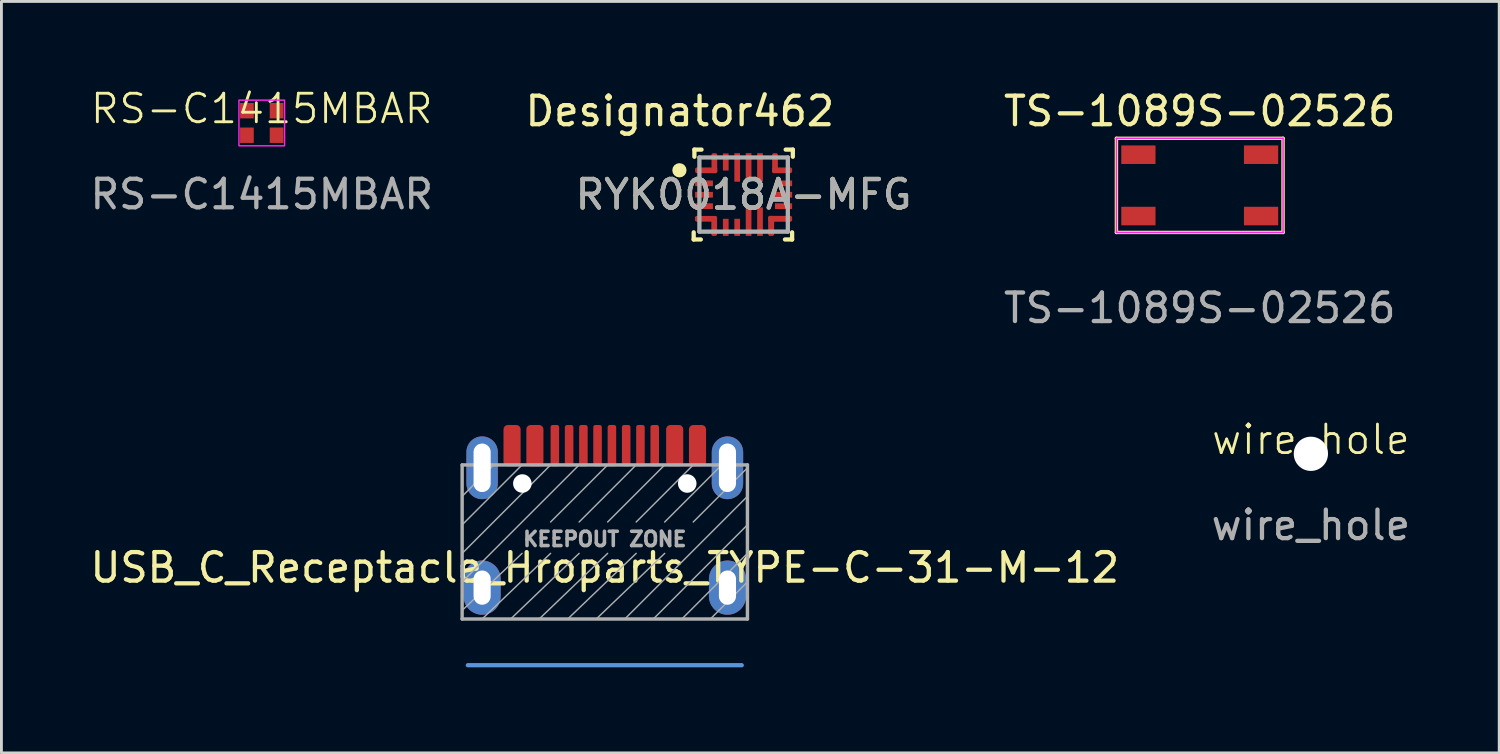
<source format=kicad_pcb>
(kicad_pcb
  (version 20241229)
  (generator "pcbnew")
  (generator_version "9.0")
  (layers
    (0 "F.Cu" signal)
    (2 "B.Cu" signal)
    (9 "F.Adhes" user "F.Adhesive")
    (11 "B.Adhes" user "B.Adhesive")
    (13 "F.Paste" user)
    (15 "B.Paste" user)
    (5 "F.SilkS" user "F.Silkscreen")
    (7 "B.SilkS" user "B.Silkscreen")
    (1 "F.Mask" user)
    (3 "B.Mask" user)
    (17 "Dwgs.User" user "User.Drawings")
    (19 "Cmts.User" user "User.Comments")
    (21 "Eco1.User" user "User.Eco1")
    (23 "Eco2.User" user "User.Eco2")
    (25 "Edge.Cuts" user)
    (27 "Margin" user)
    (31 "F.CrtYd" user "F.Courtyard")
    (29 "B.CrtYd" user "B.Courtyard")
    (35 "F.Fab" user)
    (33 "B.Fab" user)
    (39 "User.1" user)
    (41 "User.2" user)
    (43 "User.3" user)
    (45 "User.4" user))
  (footprint "wire_hole"
    (layer "F.Cu")
    (at 42.899 12.857)
    (property "Reference" "wire_hole" (at 0 -0.5 0) (unlocked yes) (layer "F.SilkS") (effects (font (size 1 1) (thickness 0.1))))
    (attr through_hole)
    (fp_text user "${REFERENCE}" (at 0 2.5 0) (unlocked yes) (layer "F.Fab") (effects (font (size 1 1) (thickness 0.15))))
    (pad "" np_thru_hole circle (at 0 0) (size 1.2 1.2) (drill 1.2) (layers "*.Cu" "*.Mask")))
  (footprint "RYK0018A-MFG"
    (layer "F.Cu")
    (at 23.015 3.769)
    (property "Reference" "RYK0018A-MFG" (at 0 0 0) (unlocked yes) (layer "F.SilkS") (effects (font (size 1 1) (thickness 0.15))))
    (attr smd)
    (fp_line (start -1.75 1.575) (end -1.75 1.325) (stroke (width 0.15) (type solid)) (layer "F.SilkS"))
    (fp_line (start -1.75 1.575) (end -1.5 1.575) (stroke (width 0.15) (type solid)) (layer "F.SilkS"))
    (fp_line (start -1.725 -1.575) (end -1.475 -1.575) (stroke (width 0.15) (type solid)) (layer "F.SilkS"))
    (fp_line (start -1.725 -1.325) (end -1.725 -1.575) (stroke (width 0.15) (type solid)) (layer "F.SilkS"))
    (fp_line (start 1.45 1.575) (end 1.7 1.575) (stroke (width 0.15) (type solid)) (layer "F.SilkS"))
    (fp_line (start 1.475 -1.575) (end 1.725 -1.575) (stroke (width 0.15) (type solid)) (layer "F.SilkS"))
    (fp_line (start 1.7 1.575) (end 1.7 1.325) (stroke (width 0.15) (type solid)) (layer "F.SilkS"))
    (fp_line (start 1.725 -1.325) (end 1.725 -1.575) (stroke (width 0.15) (type solid)) (layer "F.SilkS"))
    (fp_circle (center -2.25 -0.85) (end -2.125 -0.85) (stroke (width 0.25) (type solid)) (fill no) (layer "F.SilkS"))
    (fp_line (start -1.55 -1.3) (end 1.55 -1.3) (stroke (width 0.15) (type solid)) (layer "F.Fab"))
    (fp_line (start -1.55 1.3) (end -1.55 -1.3) (stroke (width 0.15) (type solid)) (layer "F.Fab"))
    (fp_line (start -1.55 1.3) (end 1.55 1.3) (stroke (width 0.15) (type solid)) (layer "F.Fab"))
    (fp_line (start 1.55 1.3) (end 1.55 -1.3) (stroke (width 0.15) (type solid)) (layer "F.Fab"))
    (fp_text user "Designator462" (at -2.235 -2.921 0) (unlocked yes) (layer "F.SilkS") (effects (font (size 1 1) (thickness 0.15))))
    (fp_text user "${REFERENCE}" (at 0 0 0) (unlocked yes) (layer "F.Fab") (effects (font (size 1 1) (thickness 0.15))))
    (pad "1" smd roundrect (at -1.312 -0.85 90) (size 0.2 0.775) (layers "F.Cu" "F.Mask" "F.Paste") (roundrect_rratio 0) (chamfer_ratio 0.2) (chamfer top_left top_right bottom_left bottom_right))
    (pad "1" smd roundrect (at -1.025 -1.1) (size 0.2 0.7) (layers "F.Cu" "F.Mask" "F.Paste") (roundrect_rratio 0) (chamfer_ratio 0.2) (chamfer top_left top_right bottom_left bottom_right))
    (pad "2" smd rect (at -1.388 -0.393) (size 0.625 0.2) (layers "F.Cu" "F.Mask" "F.Paste"))
    (pad "3" smd rect (at -1.388 0.007) (size 0.625 0.2) (layers "F.Cu" "F.Mask" "F.Paste"))
    (pad "4" smd rect (at -1.388 0.407) (size 0.625 0.2) (layers "F.Cu" "F.Mask" "F.Paste"))
    (pad "5" smd roundrect (at -1.32 0.85 90) (size 0.2 0.771) (layers "F.Cu" "F.Mask" "F.Paste") (roundrect_rratio 0) (chamfer_ratio 0.2) (chamfer top_left top_right bottom_left bottom_right))
    (pad "5" smd roundrect (at -1.03 1.102 180) (size 0.2 0.696) (layers "F.Cu" "F.Mask" "F.Paste") (roundrect_rratio 0) (chamfer_ratio 0.2) (chamfer top_left top_right bottom_left bottom_right))
    (pad "6" smd rect (at -0.625 1.15) (size 0.2 0.6) (layers "F.Cu" "F.Mask" "F.Paste"))
    (pad "7" smd rect (at -0.225 1.15) (size 0.2 0.6) (layers "F.Cu" "F.Mask" "F.Paste"))
    (pad "8" smd rect (at 0.175 0.95) (size 0.2 1) (layers "F.Cu" "F.Mask" "F.Paste"))
    (pad "9" smd rect (at 0.575 0.95) (size 0.2 1) (layers "F.Cu" "F.Mask" "F.Paste"))
    (pad "10" smd roundrect (at 0.965 1.1 90) (size 0.7 0.21) (layers "F.Cu" "F.Mask" "F.Paste") (roundrect_rratio 0) (chamfer_ratio 0.2) (chamfer top_left top_right bottom_left bottom_right))
    (pad "10" smd roundrect (at 1.28 0.85 180) (size 0.84 0.205) (layers "F.Cu" "F.Mask" "F.Paste") (roundrect_rratio 0) (chamfer_ratio 0.2) (chamfer top_left top_right bottom_left bottom_right))
    (pad "11" smd rect (at 1.4 0.407 90) (size 0.2 0.6) (layers "F.Cu" "F.Mask" "F.Paste"))
    (pad "12" smd rect (at 1.4 0.007 90) (size 0.2 0.6) (layers "F.Cu" "F.Mask" "F.Paste"))
    (pad "13" smd rect (at 1.4 -0.393 90) (size 0.2 0.6) (layers "F.Cu" "F.Mask" "F.Paste"))
    (pad "14" smd roundrect (at 1.1 -1.1) (size 0.2 0.7) (layers "F.Cu" "F.Mask" "F.Paste") (roundrect_rratio 0) (chamfer_ratio 0.2) (chamfer top_left top_right bottom_left bottom_right))
    (pad "14" smd roundrect (at 1.35 -0.85 90) (size 0.2 0.7) (layers "F.Cu" "F.Mask" "F.Paste") (roundrect_rratio 0) (chamfer_ratio 0.2) (chamfer top_left top_right bottom_left bottom_right))
    (pad "15" smd rect (at 0.575 -0.95) (size 0.2 1) (layers "F.Cu" "F.Mask" "F.Paste"))
    (pad "16" smd rect (at 0.175 -0.95) (size 0.2 1) (layers "F.Cu" "F.Mask" "F.Paste"))
    (pad "17" smd rect (at -0.225 -0.95) (size 0.2 1) (layers "F.Cu" "F.Mask" "F.Paste"))
    (pad "18" smd rect (at -0.625 -1.141) (size 0.2 0.6) (layers "F.Cu" "F.Mask" "F.Paste")))
  (footprint "TS-1089S-02526"
    (layer "F.Cu")
    (at 39.003 3.448)
    (property "Reference" "TS-1089S-02526" (at 0 -2.6 0) (unlocked yes) (layer "F.SilkS") (effects (font (size 1 1) (thickness 0.15))))
    (attr smd)
    (fp_line (start -2.92 -1.65) (end 2.92 -1.65) (stroke (width 0.12) (type solid)) (layer "F.SilkS"))
    (fp_line (start -2.92 1.65) (end -2.92 -1.65) (stroke (width 0.12) (type solid)) (layer "F.SilkS"))
    (fp_line (start 2.92 -1.65) (end 2.92 1.65) (stroke (width 0.12) (type solid)) (layer "F.SilkS"))
    (fp_line (start 2.92 1.65) (end -2.92 1.65) (stroke (width 0.12) (type solid)) (layer "F.SilkS"))
    (fp_line (start -2.92 -1.65) (end 2.92 -1.65) (stroke (width 0.05) (type default)) (layer "F.CrtYd"))
    (fp_line (start -2.92 1.65) (end -2.92 -1.65) (stroke (width 0.05) (type solid)) (layer "F.CrtYd"))
    (fp_line (start 2.92 -1.65) (end 2.92 1.65) (stroke (width 0.05) (type solid)) (layer "F.CrtYd"))
    (fp_line (start 2.92 1.65) (end -2.92 1.65) (stroke (width 0.05) (type default)) (layer "F.CrtYd"))
    (fp_text user "${REFERENCE}" (at 0 4.3 0) (unlocked yes) (layer "F.Fab") (effects (font (size 1 1) (thickness 0.15))))
    (pad "1" smd rect (at -2.15 -1.075) (size 1.2 0.65) (layers "F.Cu" "F.Mask" "F.Paste"))
    (pad "1" smd rect (at 2.15 -1.075) (size 1.2 0.65) (layers "F.Cu" "F.Mask" "F.Paste"))
    (pad "2" smd rect (at -2.15 1.075) (size 1.2 0.65) (layers "F.Cu" "F.Mask" "F.Paste"))
    (pad "2" smd rect (at 2.15 1.075) (size 1.2 0.65) (layers "F.Cu" "F.Mask" "F.Paste")))
  (footprint "RS-C1415MBAR"
    (layer "F.Cu")
    (at 6.125 1.26)
    (property "Reference" "RS-C1415MBAR" (at 0 -0.5 0) (unlocked yes) (layer "F.SilkS") (effects (font (size 1 1) (thickness 0.1))))
    (attr smd)
    (fp_rect (start -0.8 -0.8) (end 0.8 0.8) (stroke (width 0.05) (type default)) (fill no) (layer "F.CrtYd"))
    (fp_text user "${REFERENCE}" (at 0 2.5 0) (unlocked yes) (layer "F.Fab") (effects (font (size 1 1) (thickness 0.15))))
    (pad "1" smd rect (at 0.52 0.43 180) (size 0.48 0.54) (layers "F.Cu" "F.Mask" "F.Paste"))
    (pad "2" smd rect (at -0.52 0.43) (size 0.48 0.54) (layers "F.Cu" "F.Mask" "F.Paste"))
    (pad "3" smd rect (at -0.52 -0.43) (size 0.48 0.54) (layers "F.Cu" "F.Mask" "F.Paste"))
    (pad "4" smd rect (at 0.52 -0.43) (size 0.48 0.54) (layers "F.Cu" "F.Mask" "F.Paste")))
  (footprint "USB_C_Receptacle_Hroparts_TYPE-C-31-M-12"
    (layer "F.Cu")
    (at 18.149 11.847)
    (property "Reference" "USB_C_Receptacle_Hroparts_TYPE-C-31-M-12" (at 0 5 0) (layer "F.SilkS") (effects (font (size 1 1) (thickness 0.15))))
    (attr through_hole)
    (fp_line (start 4.8 8.42) (end -4.8 8.42) (stroke (width 0.15) (type solid)) (layer "Cmts.User"))
    (fp_line (start -5 1.4) (end -5 6.8) (stroke (width 0.12) (type solid)) (layer "F.Fab"))
    (fp_line (start -5 2.5) (end -3.9 1.4) (stroke (width 0.05) (type solid)) (layer "F.Fab"))
    (fp_line (start -5 3.5) (end -2.9 1.4) (stroke (width 0.05) (type solid)) (layer "F.Fab"))
    (fp_line (start -5 4.5) (end -1.9 1.4) (stroke (width 0.05) (type solid)) (layer "F.Fab"))
    (fp_line (start -5 5.5) (end -0.9 1.4) (stroke (width 0.05) (type solid)) (layer "F.Fab"))
    (fp_line (start -5 6.5) (end -2.9 4.5) (stroke (width 0.05) (type solid)) (layer "F.Fab"))
    (fp_line (start -5 6.8) (end 5 6.8) (stroke (width 0.12) (type solid)) (layer "F.Fab"))
    (fp_line (start -4.3 6.8) (end -1.9 4.5) (stroke (width 0.05) (type solid)) (layer "F.Fab"))
    (fp_line (start -3.3 6.8) (end -0.9 4.5) (stroke (width 0.05) (type solid)) (layer "F.Fab"))
    (fp_line (start -2.3 6.8) (end 0.1 4.5) (stroke (width 0.05) (type solid)) (layer "F.Fab"))
    (fp_line (start -1.9 3.4) (end 0.1 1.4) (stroke (width 0.05) (type solid)) (layer "F.Fab"))
    (fp_line (start -1.3 6.8) (end 1.1 4.5) (stroke (width 0.05) (type solid)) (layer "F.Fab"))
    (fp_line (start -0.9 3.4) (end 1.1 1.4) (stroke (width 0.05) (type solid)) (layer "F.Fab"))
    (fp_line (start -0.3 6.8) (end 2.1 4.5) (stroke (width 0.05) (type solid)) (layer "F.Fab"))
    (fp_line (start 0.1 3.4) (end 2.1 1.4) (stroke (width 0.05) (type solid)) (layer "F.Fab"))
    (fp_line (start 0.7 6.8) (end 5 2.5) (stroke (width 0.05) (type solid)) (layer "F.Fab"))
    (fp_line (start 1.1 3.4) (end 3.1 1.4) (stroke (width 0.05) (type solid)) (layer "F.Fab"))
    (fp_line (start 1.7 6.8) (end 5 3.5) (stroke (width 0.05) (type solid)) (layer "F.Fab"))
    (fp_line (start 2.1 3.4) (end 4.1 1.4) (stroke (width 0.05) (type solid)) (layer "F.Fab"))
    (fp_line (start 2.7 6.8) (end 5 4.5) (stroke (width 0.05) (type solid)) (layer "F.Fab"))
    (fp_line (start 3.1 3.4) (end 5 1.5) (stroke (width 0.05) (type solid)) (layer "F.Fab"))
    (fp_line (start 3.7 6.8) (end 5 5.5) (stroke (width 0.05) (type solid)) (layer "F.Fab"))
    (fp_line (start 5 1.4) (end -5 1.4) (stroke (width 0.12) (type solid)) (layer "F.Fab"))
    (fp_line (start 5 6.8) (end 5 1.4) (stroke (width 0.12) (type solid)) (layer "F.Fab"))
    (fp_text user "KEEPOUT ZONE" (at 0 4 0) (layer "F.Fab") (effects (font (size 0.5 0.5) (thickness 0.125))))
    (pad "" np_thru_hole circle (at -2.89 2.051) (size 0.65 0.65) (drill 0.65) (layers "*.Cu" "*.Mask"))
    (pad "" np_thru_hole circle (at 2.89 2.051) (size 0.65 0.65) (drill 0.65) (layers "*.Cu" "*.Mask"))
    (pad "A1" smd roundrect (at -3.25 0.725) (size 0.6 1.45) (layers "F.Cu" "F.Mask" "F.Paste") (roundrect_rratio 0.25))
    (pad "A4" smd roundrect (at -2.45 0.725) (size 0.6 1.45) (layers "F.Cu" "F.Mask" "F.Paste") (roundrect_rratio 0.25))
    (pad "A5" smd roundrect (at -1.25 0.725) (size 0.3 1.45) (layers "F.Cu" "F.Mask" "F.Paste") (roundrect_rratio 0.25))
    (pad "A6" smd roundrect (at -0.254 0.725) (size 0.3 1.45) (layers "F.Cu" "F.Mask" "F.Paste") (roundrect_rratio 0.25))
    (pad "A7" smd roundrect (at 0.25 0.725) (size 0.3 1.45) (layers "F.Cu" "F.Mask" "F.Paste") (roundrect_rratio 0.25))
    (pad "A8" smd roundrect (at 1.25 0.725) (size 0.3 1.45) (layers "F.Cu" "F.Mask" "F.Paste") (roundrect_rratio 0.25))
    (pad "B1" smd roundrect (at 3.25 0.725) (size 0.6 1.45) (layers "F.Cu" "F.Mask" "F.Paste") (roundrect_rratio 0.25))
    (pad "B4" smd roundrect (at 2.45 0.725) (size 0.6 1.45) (layers "F.Cu" "F.Mask" "F.Paste") (roundrect_rratio 0.25))
    (pad "B5" smd roundrect (at 1.75 0.725) (size 0.3 1.45) (layers "F.Cu" "F.Mask" "F.Paste") (roundrect_rratio 0.25))
    (pad "B6" smd roundrect (at 0.75 0.725) (size 0.3 1.45) (layers "F.Cu" "F.Mask" "F.Paste") (roundrect_rratio 0.25))
    (pad "B7" smd roundrect (at -0.75 0.725) (size 0.3 1.45) (layers "F.Cu" "F.Mask" "F.Paste") (roundrect_rratio 0.25))
    (pad "B8" smd roundrect (at -1.75 0.725) (size 0.3 1.45) (layers "F.Cu" "F.Mask" "F.Paste") (roundrect_rratio 0.25))
    (pad "S1" thru_hole oval (at -4.3 1.5) (size 1.1 2.2) (drill oval 0.6 1.7) (layers "*.Cu" "*.Mask"))
    (pad "S1" thru_hole oval (at -4.3 5.7) (size 1.3 1.9) (drill oval 0.6 1.2) (layers "*.Cu" "*.Mask"))
    (pad "S1" thru_hole oval (at 4.3 1.5) (size 1.1 2.2) (drill oval 0.6 1.7) (layers "*.Cu" "*.Mask"))
    (pad "S1" thru_hole oval (at 4.3 5.7) (size 1.3 1.9) (drill oval 0.6 1.2) (layers "*.Cu" "*.Mask")))
  (gr_rect
    (start -3 -3)
    (end 49.5 23.341)
    (stroke (width 0.1) (type default))
    (fill no)
    (layer "Edge.Cuts")))
</source>
